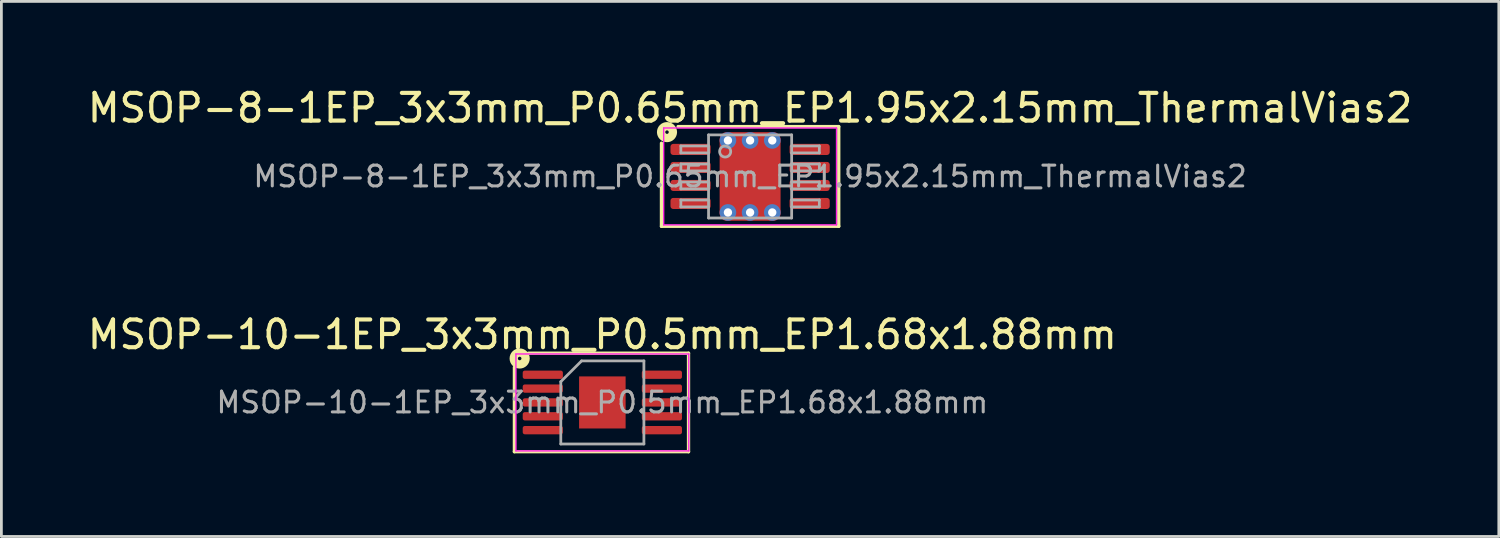
<source format=kicad_pcb>
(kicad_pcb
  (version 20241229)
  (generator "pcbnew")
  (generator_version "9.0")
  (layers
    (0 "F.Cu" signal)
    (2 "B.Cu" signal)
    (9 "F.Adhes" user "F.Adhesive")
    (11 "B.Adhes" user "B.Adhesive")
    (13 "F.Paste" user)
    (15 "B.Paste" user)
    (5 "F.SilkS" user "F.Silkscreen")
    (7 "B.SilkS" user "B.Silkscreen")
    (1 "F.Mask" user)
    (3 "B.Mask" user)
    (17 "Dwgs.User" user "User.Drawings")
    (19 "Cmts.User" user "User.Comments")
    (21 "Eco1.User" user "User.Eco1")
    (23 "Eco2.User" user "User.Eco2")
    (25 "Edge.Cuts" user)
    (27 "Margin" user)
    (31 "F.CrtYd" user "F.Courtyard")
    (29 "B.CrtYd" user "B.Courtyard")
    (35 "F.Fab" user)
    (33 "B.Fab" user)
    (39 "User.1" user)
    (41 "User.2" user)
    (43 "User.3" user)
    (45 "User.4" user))
  (footprint "MSOP-8-1EP_3x3mm_P0.65mm_EP1.95x2.15mm_ThermalVias2"
    (layer "F.Cu")
    (at 24.03 3.32)
    (property "Reference" "MSOP-8-1EP_3x3mm_P0.65mm_EP1.95x2.15mm_ThermalVias2" (at 0 -2.472 0) (layer "F.SilkS") (effects (font (size 1 1) (thickness 0.15))))
    (attr smd)
    (fp_line (start -3.2 1.8) (end -3.2 -1.2) (stroke (width 0.12) (type solid)) (layer "F.SilkS"))
    (fp_line (start -2.6 -1.8) (end 3.2 -1.8) (stroke (width 0.12) (type solid)) (layer "F.SilkS"))
    (fp_line (start 3.2 -1.8) (end 3.2 1.8) (stroke (width 0.12) (type solid)) (layer "F.SilkS"))
    (fp_line (start 3.2 1.8) (end -3.2 1.8) (stroke (width 0.12) (type solid)) (layer "F.SilkS"))
    (fp_circle (center -3 -1.6) (end -2.937 -1.6) (stroke (width 0.3) (type solid)) (fill no) (layer "F.SilkS"))
    (fp_line (start -3.12 -1.75) (end -3.12 1.75) (stroke (width 0.05) (type solid)) (layer "F.CrtYd"))
    (fp_line (start -3.12 1.75) (end 3.12 1.75) (stroke (width 0.05) (type solid)) (layer "F.CrtYd"))
    (fp_line (start 3.12 -1.75) (end -3.12 -1.75) (stroke (width 0.05) (type solid)) (layer "F.CrtYd"))
    (fp_line (start 3.12 1.75) (end 3.12 -1.75) (stroke (width 0.05) (type solid)) (layer "F.CrtYd"))
    (fp_line (start -2.5 -1.1) (end -2.5 -0.85) (stroke (width 0.1) (type solid)) (layer "F.Fab"))
    (fp_line (start -2.5 -1.1) (end -1.5 -1.1) (stroke (width 0.1) (type solid)) (layer "F.Fab"))
    (fp_line (start -2.5 -0.85) (end -1.5 -0.85) (stroke (width 0.1) (type solid)) (layer "F.Fab"))
    (fp_line (start -2.5 -0.45) (end -2.5 -0.2) (stroke (width 0.1) (type solid)) (layer "F.Fab"))
    (fp_line (start -2.5 -0.45) (end -1.5 -0.45) (stroke (width 0.1) (type solid)) (layer "F.Fab"))
    (fp_line (start -2.5 -0.2) (end -1.5 -0.2) (stroke (width 0.1) (type solid)) (layer "F.Fab"))
    (fp_line (start -2.5 0.2) (end -2.5 0.45) (stroke (width 0.1) (type solid)) (layer "F.Fab"))
    (fp_line (start -2.5 0.2) (end -1.5 0.2) (stroke (width 0.1) (type solid)) (layer "F.Fab"))
    (fp_line (start -2.5 0.45) (end -1.5 0.45) (stroke (width 0.1) (type solid)) (layer "F.Fab"))
    (fp_line (start -2.5 0.85) (end -2.5 1.1) (stroke (width 0.1) (type solid)) (layer "F.Fab"))
    (fp_line (start -2.5 0.85) (end -1.5 0.85) (stroke (width 0.1) (type solid)) (layer "F.Fab"))
    (fp_line (start -2.5 1.1) (end -1.5 1.1) (stroke (width 0.1) (type solid)) (layer "F.Fab"))
    (fp_line (start -1.5 -1.5) (end 1.5 -1.5) (stroke (width 0.1) (type solid)) (layer "F.Fab"))
    (fp_line (start -1.5 1.5) (end -1.5 -1.5) (stroke (width 0.1) (type solid)) (layer "F.Fab"))
    (fp_line (start 1.5 -1.5) (end 1.5 1.5) (stroke (width 0.1) (type solid)) (layer "F.Fab"))
    (fp_line (start 1.5 1.5) (end -1.5 1.5) (stroke (width 0.1) (type solid)) (layer "F.Fab"))
    (fp_line (start 2.5 -1.1) (end 1.5 -1.1) (stroke (width 0.1) (type solid)) (layer "F.Fab"))
    (fp_line (start 2.5 -0.85) (end 1.5 -0.85) (stroke (width 0.1) (type solid)) (layer "F.Fab"))
    (fp_line (start 2.5 -0.85) (end 2.5 -1.1) (stroke (width 0.1) (type solid)) (layer "F.Fab"))
    (fp_line (start 2.5 -0.45) (end 1.5 -0.45) (stroke (width 0.1) (type solid)) (layer "F.Fab"))
    (fp_line (start 2.5 -0.2) (end 1.5 -0.2) (stroke (width 0.1) (type solid)) (layer "F.Fab"))
    (fp_line (start 2.5 -0.2) (end 2.5 -0.45) (stroke (width 0.1) (type solid)) (layer "F.Fab"))
    (fp_line (start 2.5 0.2) (end 1.5 0.2) (stroke (width 0.1) (type solid)) (layer "F.Fab"))
    (fp_line (start 2.5 0.45) (end 1.5 0.45) (stroke (width 0.1) (type solid)) (layer "F.Fab"))
    (fp_line (start 2.5 0.45) (end 2.5 0.2) (stroke (width 0.1) (type solid)) (layer "F.Fab"))
    (fp_line (start 2.5 0.85) (end 1.5 0.85) (stroke (width 0.1) (type solid)) (layer "F.Fab"))
    (fp_line (start 2.5 1.1) (end 1.5 1.1) (stroke (width 0.1) (type solid)) (layer "F.Fab"))
    (fp_line (start 2.5 1.1) (end 2.5 0.85) (stroke (width 0.1) (type solid)) (layer "F.Fab"))
    (fp_circle (center -0.9 -0.9) (end -0.7 -0.9) (stroke (width 0.1) (type solid)) (fill no) (layer "F.Fab"))
    (fp_text user "${REFERENCE}" (at 0 0 0) (layer "F.Fab") (effects (font (size 0.75 0.75) (thickness 0.11))))
    (pad "" smd roundrect (at -0.475 -0.502) (size 0.75 0.795) (layers "F.Paste") (roundrect_rratio 0.25))
    (pad "" smd roundrect (at -0.472 0.502) (size 0.755 0.795) (layers "F.Paste") (roundrect_rratio 0.25))
    (pad "" smd roundrect (at 0 0) (size 1.95 2) (layers "F.Mask") (roundrect_rratio 0.128))
    (pad "" smd roundrect (at 0.472 -0.502) (size 0.755 0.795) (layers "F.Paste") (roundrect_rratio 0.25))
    (pad "" smd roundrect (at 0.472 0.502) (size 0.755 0.795) (layers "F.Paste") (roundrect_rratio 0.25))
    (pad "1" smd roundrect (at -2.15 -0.975) (size 1.45 0.4) (layers "F.Cu" "F.Mask" "F.Paste") (roundrect_rratio 0.25))
    (pad "2" smd roundrect (at -2.15 -0.325) (size 1.45 0.4) (layers "F.Cu" "F.Mask" "F.Paste") (roundrect_rratio 0.25))
    (pad "3" smd roundrect (at -2.15 0.325) (size 1.45 0.4) (layers "F.Cu" "F.Mask" "F.Paste") (roundrect_rratio 0.25))
    (pad "4" smd roundrect (at -2.15 0.975) (size 1.45 0.4) (layers "F.Cu" "F.Mask" "F.Paste") (roundrect_rratio 0.25))
    (pad "5" smd roundrect (at 2.15 0.975) (size 1.45 0.4) (layers "F.Cu" "F.Mask" "F.Paste") (roundrect_rratio 0.25))
    (pad "6" smd roundrect (at 2.15 0.325) (size 1.45 0.4) (layers "F.Cu" "F.Mask" "F.Paste") (roundrect_rratio 0.25))
    (pad "7" smd roundrect (at 2.15 -0.325) (size 1.45 0.4) (layers "F.Cu" "F.Mask" "F.Paste") (roundrect_rratio 0.25))
    (pad "8" smd roundrect (at 2.15 -0.975) (size 1.45 0.4) (layers "F.Cu" "F.Mask" "F.Paste") (roundrect_rratio 0.25))
    (pad "9" thru_hole circle (at -0.8 -1.3) (size 0.6 0.6) (drill 0.3) (property pad_prop_heatsink) (layers "*.Cu" "*.Mask"))
    (pad "9" thru_hole circle (at -0.8 1.3) (size 0.6 0.6) (drill 0.3) (property pad_prop_heatsink) (layers "*.Cu" "*.Mask"))
    (pad "9" thru_hole circle (at 0 -1.3) (size 0.6 0.6) (drill 0.3) (property pad_prop_heatsink) (layers "*.Cu" "*.Mask"))
    (pad "9" smd roundrect (at 0 0) (size 2.2 3.2) (layers "F.Cu") (roundrect_rratio 0.114))
    (pad "9" thru_hole circle (at 0 1.3) (size 0.6 0.6) (drill 0.3) (property pad_prop_heatsink) (layers "*.Cu" "*.Mask"))
    (pad "9" thru_hole circle (at 0.8 -1.3) (size 0.6 0.6) (drill 0.3) (property pad_prop_heatsink) (layers "*.Cu" "*.Mask"))
    (pad "9" thru_hole circle (at 0.8 1.3) (size 0.6 0.6) (drill 0.3) (property pad_prop_heatsink) (layers "*.Cu" "*.Mask")))
  (footprint "MSOP-10-1EP_3x3mm_P0.5mm_EP1.68x1.88mm"
    (layer "F.Cu")
    (at 18.696 11.479)
    (property "Reference" "MSOP-10-1EP_3x3mm_P0.5mm_EP1.68x1.88mm" (at 0 -2.45 0) (layer "F.SilkS") (effects (font (size 1 1) (thickness 0.15))))
    (attr smd)
    (fp_line (start -3.175 1.778) (end -3.175 -1.27) (stroke (width 0.12) (type solid)) (layer "F.SilkS"))
    (fp_line (start -2.667 -1.778) (end 3.111 -1.778) (stroke (width 0.12) (type solid)) (layer "F.SilkS"))
    (fp_line (start 3.111 -1.778) (end 3.111 1.778) (stroke (width 0.12) (type solid)) (layer "F.SilkS"))
    (fp_line (start 3.111 1.778) (end -3.175 1.778) (stroke (width 0.12) (type solid)) (layer "F.SilkS"))
    (fp_circle (center -2.985 -1.587) (end -2.921 -1.587) (stroke (width 0.3) (type solid)) (fill no) (layer "F.SilkS"))
    (fp_line (start -3.12 -1.75) (end -3.12 1.75) (stroke (width 0.05) (type solid)) (layer "F.CrtYd"))
    (fp_line (start -3.12 1.75) (end 3.12 1.75) (stroke (width 0.05) (type solid)) (layer "F.CrtYd"))
    (fp_line (start 3.12 -1.75) (end -3.12 -1.75) (stroke (width 0.05) (type solid)) (layer "F.CrtYd"))
    (fp_line (start 3.12 1.75) (end 3.12 -1.75) (stroke (width 0.05) (type solid)) (layer "F.CrtYd"))
    (fp_line (start -1.5 -0.75) (end -0.75 -1.5) (stroke (width 0.1) (type solid)) (layer "F.Fab"))
    (fp_line (start -1.5 1.5) (end -1.5 -0.75) (stroke (width 0.1) (type solid)) (layer "F.Fab"))
    (fp_line (start -0.75 -1.5) (end 1.5 -1.5) (stroke (width 0.1) (type solid)) (layer "F.Fab"))
    (fp_line (start 1.5 -1.5) (end 1.5 1.5) (stroke (width 0.1) (type solid)) (layer "F.Fab"))
    (fp_line (start 1.5 1.5) (end -1.5 1.5) (stroke (width 0.1) (type solid)) (layer "F.Fab"))
    (fp_text user "${REFERENCE}" (at 0 0 0) (layer "F.Fab") (effects (font (size 0.75 0.75) (thickness 0.11))))
    (pad "" smd roundrect (at -0.42 -0.47) (size 0.68 0.76) (layers "F.Paste") (roundrect_rratio 0.25))
    (pad "" smd roundrect (at -0.42 0.47) (size 0.68 0.76) (layers "F.Paste") (roundrect_rratio 0.25))
    (pad "" smd roundrect (at 0.42 -0.47) (size 0.68 0.76) (layers "F.Paste") (roundrect_rratio 0.25))
    (pad "" smd roundrect (at 0.42 0.47) (size 0.68 0.76) (layers "F.Paste") (roundrect_rratio 0.25))
    (pad "1" smd roundrect (at -2.15 -1) (size 1.45 0.3) (layers "F.Cu" "F.Mask" "F.Paste") (roundrect_rratio 0.25))
    (pad "2" smd roundrect (at -2.15 -0.5) (size 1.45 0.3) (layers "F.Cu" "F.Mask" "F.Paste") (roundrect_rratio 0.25))
    (pad "3" smd roundrect (at -2.15 0) (size 1.45 0.3) (layers "F.Cu" "F.Mask" "F.Paste") (roundrect_rratio 0.25))
    (pad "4" smd roundrect (at -2.15 0.5) (size 1.45 0.3) (layers "F.Cu" "F.Mask" "F.Paste") (roundrect_rratio 0.25))
    (pad "5" smd roundrect (at -2.15 1) (size 1.45 0.3) (layers "F.Cu" "F.Mask" "F.Paste") (roundrect_rratio 0.25))
    (pad "6" smd roundrect (at 2.15 1) (size 1.45 0.3) (layers "F.Cu" "F.Mask" "F.Paste") (roundrect_rratio 0.25))
    (pad "7" smd roundrect (at 2.15 0.5) (size 1.45 0.3) (layers "F.Cu" "F.Mask" "F.Paste") (roundrect_rratio 0.25))
    (pad "8" smd roundrect (at 2.15 0) (size 1.45 0.3) (layers "F.Cu" "F.Mask" "F.Paste") (roundrect_rratio 0.25))
    (pad "9" smd roundrect (at 2.15 -0.5) (size 1.45 0.3) (layers "F.Cu" "F.Mask" "F.Paste") (roundrect_rratio 0.25))
    (pad "10" smd roundrect (at 2.15 -1) (size 1.45 0.3) (layers "F.Cu" "F.Mask" "F.Paste") (roundrect_rratio 0.25))
    (pad "11" smd rect (at 0 0) (size 1.68 1.88) (layers "F.Cu" "F.Mask")))
  (gr_rect
    (start -3 -3)
    (end 51.06 16.317)
    (stroke (width 0.1) (type default))
    (fill no)
    (layer "Edge.Cuts")))
</source>
